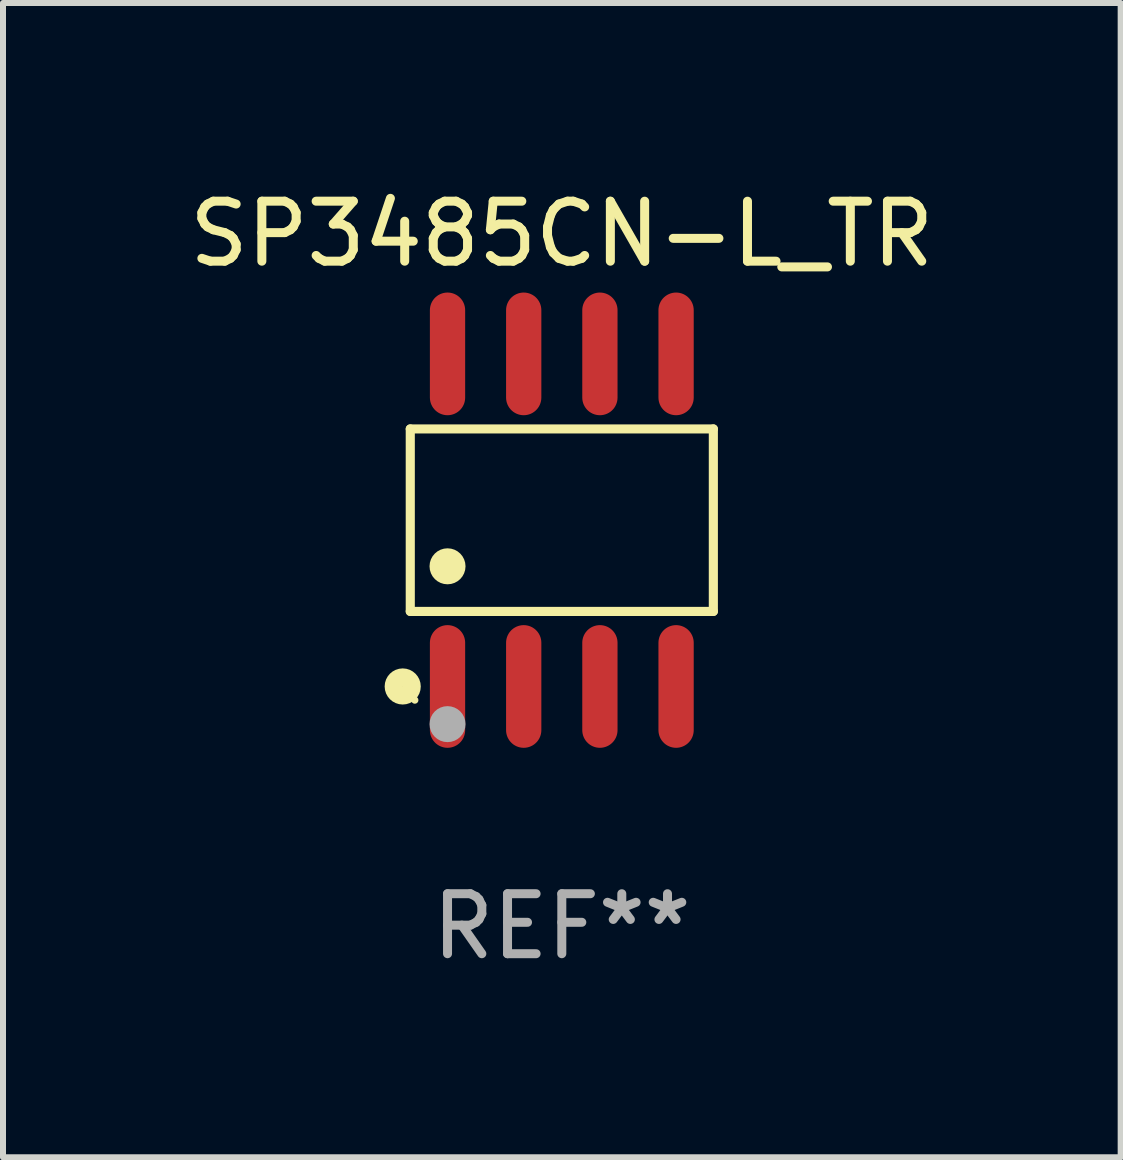
<source format=kicad_pcb>
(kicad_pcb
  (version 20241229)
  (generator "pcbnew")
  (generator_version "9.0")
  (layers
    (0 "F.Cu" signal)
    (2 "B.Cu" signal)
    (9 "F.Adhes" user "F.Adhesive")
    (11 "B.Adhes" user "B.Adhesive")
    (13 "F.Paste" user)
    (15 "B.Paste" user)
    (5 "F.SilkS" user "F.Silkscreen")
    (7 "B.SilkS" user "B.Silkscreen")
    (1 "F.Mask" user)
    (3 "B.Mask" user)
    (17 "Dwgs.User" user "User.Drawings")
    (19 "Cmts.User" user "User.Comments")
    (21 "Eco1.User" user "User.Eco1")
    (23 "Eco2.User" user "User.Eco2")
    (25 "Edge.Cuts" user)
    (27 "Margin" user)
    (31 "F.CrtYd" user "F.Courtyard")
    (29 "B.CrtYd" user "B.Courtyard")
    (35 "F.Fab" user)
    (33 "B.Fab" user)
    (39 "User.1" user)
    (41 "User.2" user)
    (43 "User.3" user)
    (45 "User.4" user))
  (footprint "SP3485CN-L_TR"
    (layer "F.Cu")
    (at 6.315 5.621)
    (property "Reference" "SP3485CN-L_TR" (at 0 -4.772 0) (layer "F.SilkS") (effects (font (size 1 1) (thickness 0.15))))
    (attr through_hole)
    (fp_line (start -2.526 -1.521) (end 2.526 -1.521) (stroke (width 0.152) (type solid)) (layer "F.SilkS"))
    (fp_line (start -2.526 1.521) (end -2.526 -1.521) (stroke (width 0.152) (type solid)) (layer "F.SilkS"))
    (fp_line (start 2.526 -1.521) (end 2.526 1.521) (stroke (width 0.152) (type solid)) (layer "F.SilkS"))
    (fp_line (start 2.526 1.521) (end -2.526 1.521) (stroke (width 0.152) (type solid)) (layer "F.SilkS"))
    (fp_circle (center -2.652 2.772) (end -2.501 2.772) (stroke (width 0.3) (type solid)) (fill no) (layer "F.SilkS"))
    (fp_circle (center -2.45 3) (end -2.42 3) (stroke (width 0.06) (type solid)) (fill no) (layer "F.SilkS"))
    (fp_circle (center -1.905 0.769) (end -1.755 0.769) (stroke (width 0.3) (type solid)) (fill no) (layer "F.SilkS"))
    (fp_circle (center -1.905 3.4) (end -1.755 3.4) (stroke (width 0.3) (type solid)) (fill no) (layer "F.Fab"))
    (fp_text user "REF**" (at 0 6.772 0) (layer "F.Fab") (effects (font (size 1 1) (thickness 0.15))))
    (pad "1" smd oval (at -1.905 2.772) (size 0.588 2.045) (layers "F.Cu" "F.Mask" "F.Paste"))
    (pad "2" smd oval (at -0.635 2.772) (size 0.588 2.045) (layers "F.Cu" "F.Mask" "F.Paste"))
    (pad "3" smd oval (at 0.635 2.772) (size 0.588 2.045) (layers "F.Cu" "F.Mask" "F.Paste"))
    (pad "4" smd oval (at 1.905 2.772) (size 0.588 2.045) (layers "F.Cu" "F.Mask" "F.Paste"))
    (pad "5" smd oval (at 1.905 -2.772) (size 0.588 2.045) (layers "F.Cu" "F.Mask" "F.Paste"))
    (pad "6" smd oval (at 0.635 -2.772) (size 0.588 2.045) (layers "F.Cu" "F.Mask" "F.Paste"))
    (pad "7" smd oval (at -0.635 -2.772) (size 0.588 2.045) (layers "F.Cu" "F.Mask" "F.Paste"))
    (pad "8" smd oval (at -1.905 -2.772) (size 0.588 2.045) (layers "F.Cu" "F.Mask" "F.Paste")))
  (gr_rect
    (start -3 -3)
    (end 15.631 16.241)
    (stroke (width 0.1) (type default))
    (fill no)
    (layer "Edge.Cuts")))
</source>
